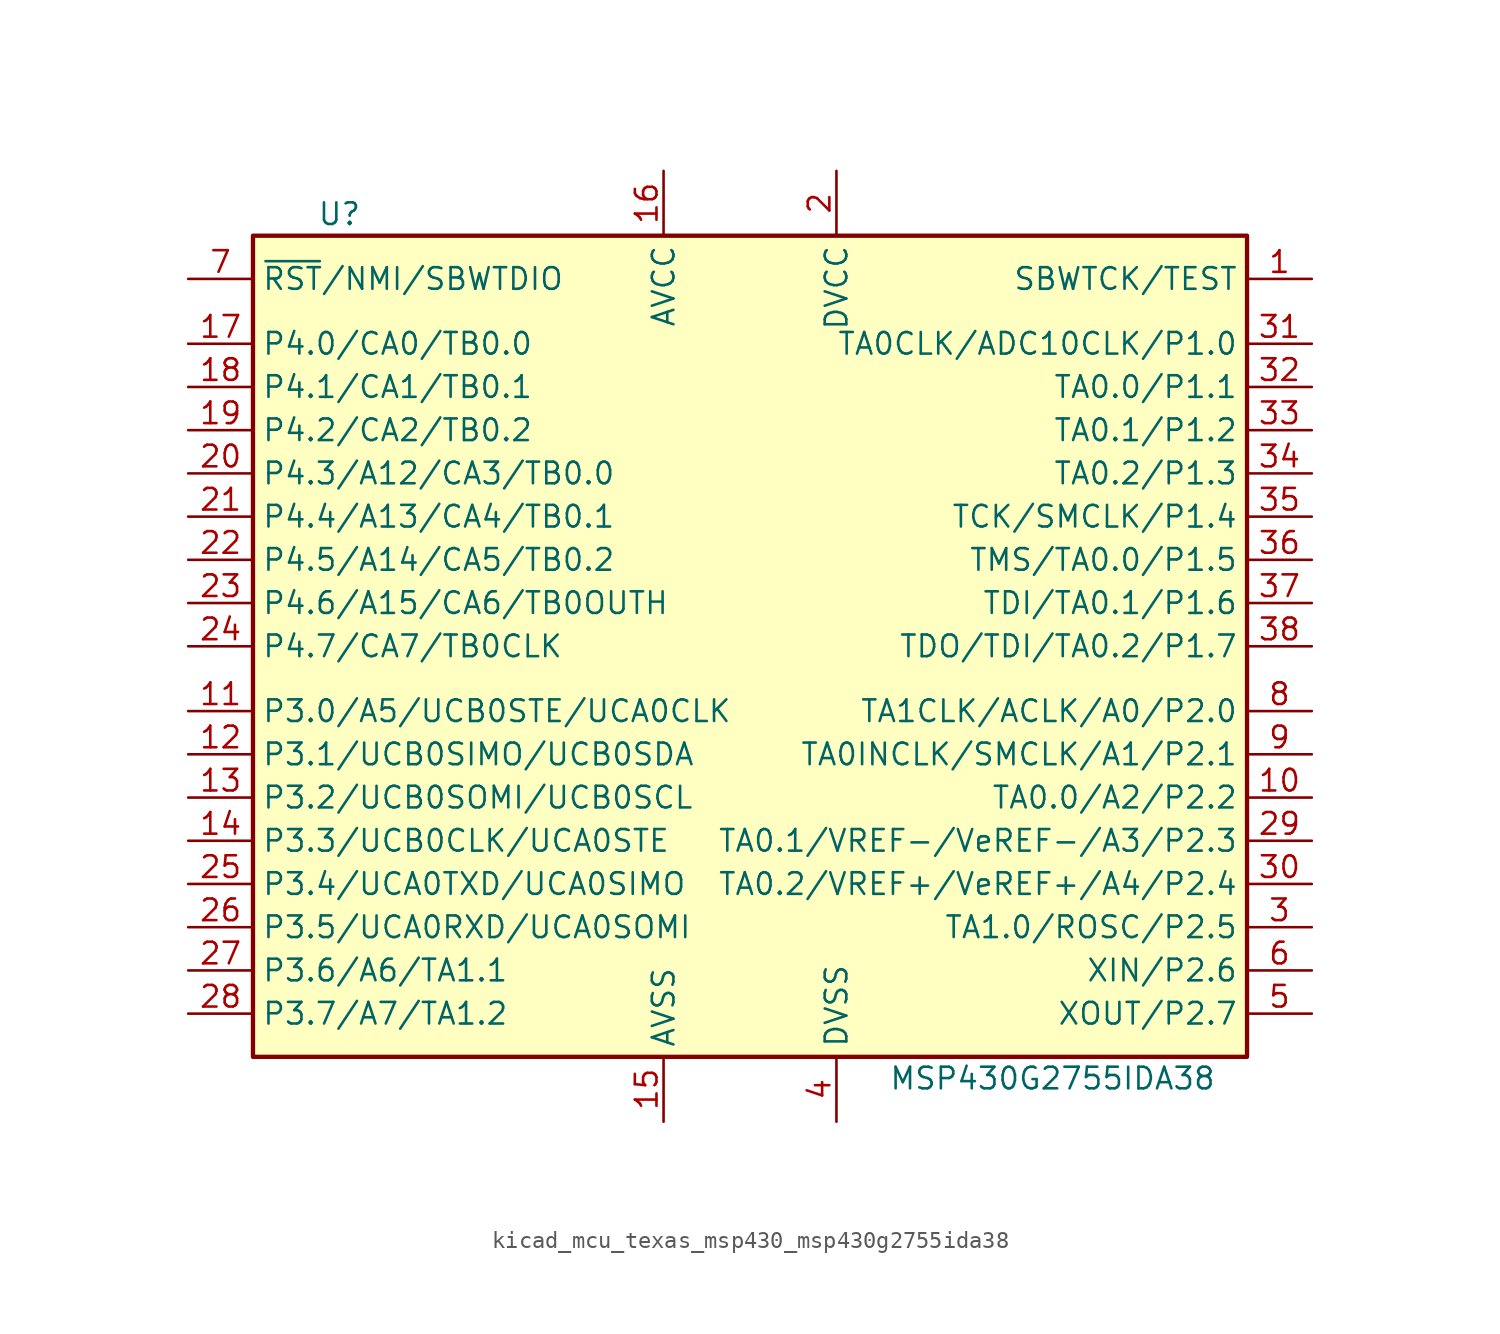
<source format=kicad_sym>
(kicad_symbol_lib
  (version 20220914)
  (generator kicad_symbol_editor)
  (symbol "kicad_mcu_texas_msp430_msp430g2755ida38"
    (property "Reference" "U"
      (at -24.13 25.4 0)
      (effects (font (size 1.27 1.27))))
    (property "Value" "MSP430G2755IDA38"
      (at 17.78 -25.4 0)
      (effects (font (size 1.27 1.27))))
    (symbol "kicad_mcu_texas_msp430_msp430g2755ida38_0_1"
      (rectangle (start -29.21 24.13) (end 29.21 -24.13) (stroke (width 0.254) (type default)) (fill (type background))))
    (symbol "kicad_mcu_texas_msp430_msp430g2755ida38_1_1"
      (pin input line (at 33.02 21.59 180) (length 3.81) (name "SBWTCK/TEST" (effects (font (size 1.27 1.27)))) (number "1" (effects (font (size 1.27 1.27)))))
      (pin bidirectional line (at 33.02 -8.89 180) (length 3.81) (name "TA0.0/A2/P2.2" (effects (font (size 1.27 1.27)))) (number "10" (effects (font (size 1.27 1.27)))))
      (pin bidirectional line (at -33.02 -3.81 0) (length 3.81) (name "P3.0/A5/UCB0STE/UCA0CLK" (effects (font (size 1.27 1.27)))) (number "11" (effects (font (size 1.27 1.27)))))
      (pin bidirectional line (at -33.02 -6.35 0) (length 3.81) (name "P3.1/UCB0SIMO/UCB0SDA" (effects (font (size 1.27 1.27)))) (number "12" (effects (font (size 1.27 1.27)))))
      (pin bidirectional line (at -33.02 -8.89 0) (length 3.81) (name "P3.2/UCB0SOMI/UCB0SCL" (effects (font (size 1.27 1.27)))) (number "13" (effects (font (size 1.27 1.27)))))
      (pin bidirectional line (at -33.02 -11.43 0) (length 3.81) (name "P3.3/UCB0CLK/UCA0STE" (effects (font (size 1.27 1.27)))) (number "14" (effects (font (size 1.27 1.27)))))
      (pin power_in line (at -5.08 -27.94 90) (length 3.81) (name "AVSS" (effects (font (size 1.27 1.27)))) (number "15" (effects (font (size 1.27 1.27)))))
      (pin power_in line (at -5.08 27.94 270) (length 3.81) (name "AVCC" (effects (font (size 1.27 1.27)))) (number "16" (effects (font (size 1.27 1.27)))))
      (pin bidirectional line (at -33.02 17.78 0) (length 3.81) (name "P4.0/CA0/TB0.0" (effects (font (size 1.27 1.27)))) (number "17" (effects (font (size 1.27 1.27)))))
      (pin bidirectional line (at -33.02 15.24 0) (length 3.81) (name "P4.1/CA1/TB0.1" (effects (font (size 1.27 1.27)))) (number "18" (effects (font (size 1.27 1.27)))))
      (pin bidirectional line (at -33.02 12.7 0) (length 3.81) (name "P4.2/CA2/TB0.2" (effects (font (size 1.27 1.27)))) (number "19" (effects (font (size 1.27 1.27)))))
      (pin power_in line (at 5.08 27.94 270) (length 3.81) (name "DVCC" (effects (font (size 1.27 1.27)))) (number "2" (effects (font (size 1.27 1.27)))))
      (pin bidirectional line (at -33.02 10.16 0) (length 3.81) (name "P4.3/A12/CA3/TB0.0" (effects (font (size 1.27 1.27)))) (number "20" (effects (font (size 1.27 1.27)))))
      (pin bidirectional line (at -33.02 7.62 0) (length 3.81) (name "P4.4/A13/CA4/TB0.1" (effects (font (size 1.27 1.27)))) (number "21" (effects (font (size 1.27 1.27)))))
      (pin bidirectional line (at -33.02 5.08 0) (length 3.81) (name "P4.5/A14/CA5/TB0.2" (effects (font (size 1.27 1.27)))) (number "22" (effects (font (size 1.27 1.27)))))
      (pin bidirectional line (at -33.02 2.54 0) (length 3.81) (name "P4.6/A15/CA6/TB0OUTH" (effects (font (size 1.27 1.27)))) (number "23" (effects (font (size 1.27 1.27)))))
      (pin bidirectional line (at -33.02 0 0) (length 3.81) (name "P4.7/CA7/TB0CLK" (effects (font (size 1.27 1.27)))) (number "24" (effects (font (size 1.27 1.27)))))
      (pin bidirectional line (at -33.02 -13.97 0) (length 3.81) (name "P3.4/UCA0TXD/UCA0SIMO" (effects (font (size 1.27 1.27)))) (number "25" (effects (font (size 1.27 1.27)))))
      (pin bidirectional line (at -33.02 -16.51 0) (length 3.81) (name "P3.5/UCA0RXD/UCA0SOMI" (effects (font (size 1.27 1.27)))) (number "26" (effects (font (size 1.27 1.27)))))
      (pin bidirectional line (at -33.02 -19.05 0) (length 3.81) (name "P3.6/A6/TA1.1" (effects (font (size 1.27 1.27)))) (number "27" (effects (font (size 1.27 1.27)))))
      (pin bidirectional line (at -33.02 -21.59 0) (length 3.81) (name "P3.7/A7/TA1.2" (effects (font (size 1.27 1.27)))) (number "28" (effects (font (size 1.27 1.27)))))
      (pin bidirectional line (at 33.02 -11.43 180) (length 3.81) (name "TA0.1/VREF-/VeREF-/A3/P2.3" (effects (font (size 1.27 1.27)))) (number "29" (effects (font (size 1.27 1.27)))))
      (pin bidirectional line (at 33.02 -16.51 180) (length 3.81) (name "TA1.0/ROSC/P2.5" (effects (font (size 1.27 1.27)))) (number "3" (effects (font (size 1.27 1.27)))))
      (pin bidirectional line (at 33.02 -13.97 180) (length 3.81) (name "TA0.2/VREF+/VeREF+/A4/P2.4" (effects (font (size 1.27 1.27)))) (number "30" (effects (font (size 1.27 1.27)))))
      (pin bidirectional line (at 33.02 17.78 180) (length 3.81) (name "TA0CLK/ADC10CLK/P1.0" (effects (font (size 1.27 1.27)))) (number "31" (effects (font (size 1.27 1.27)))))
      (pin bidirectional line (at 33.02 15.24 180) (length 3.81) (name "TA0.0/P1.1" (effects (font (size 1.27 1.27)))) (number "32" (effects (font (size 1.27 1.27)))))
      (pin bidirectional line (at 33.02 12.7 180) (length 3.81) (name "TA0.1/P1.2" (effects (font (size 1.27 1.27)))) (number "33" (effects (font (size 1.27 1.27)))))
      (pin bidirectional line (at 33.02 10.16 180) (length 3.81) (name "TA0.2/P1.3" (effects (font (size 1.27 1.27)))) (number "34" (effects (font (size 1.27 1.27)))))
      (pin bidirectional line (at 33.02 7.62 180) (length 3.81) (name "TCK/SMCLK/P1.4" (effects (font (size 1.27 1.27)))) (number "35" (effects (font (size 1.27 1.27)))))
      (pin bidirectional line (at 33.02 5.08 180) (length 3.81) (name "TMS/TA0.0/P1.5" (effects (font (size 1.27 1.27)))) (number "36" (effects (font (size 1.27 1.27)))))
      (pin bidirectional line (at 33.02 2.54 180) (length 3.81) (name "TDI/TA0.1/P1.6" (effects (font (size 1.27 1.27)))) (number "37" (effects (font (size 1.27 1.27)))))
      (pin bidirectional line (at 33.02 0 180) (length 3.81) (name "TDO/TDI/TA0.2/P1.7" (effects (font (size 1.27 1.27)))) (number "38" (effects (font (size 1.27 1.27)))))
      (pin power_in line (at 5.08 -27.94 90) (length 3.81) (name "DVSS" (effects (font (size 1.27 1.27)))) (number "4" (effects (font (size 1.27 1.27)))))
      (pin bidirectional line (at 33.02 -21.59 180) (length 3.81) (name "XOUT/P2.7" (effects (font (size 1.27 1.27)))) (number "5" (effects (font (size 1.27 1.27)))))
      (pin bidirectional line (at 33.02 -19.05 180) (length 3.81) (name "XIN/P2.6" (effects (font (size 1.27 1.27)))) (number "6" (effects (font (size 1.27 1.27)))))
      (pin input line (at -33.02 21.59 0) (length 3.81) (name "~{RST}/NMI/SBWTDIO" (effects (font (size 1.27 1.27)))) (number "7" (effects (font (size 1.27 1.27)))))
      (pin bidirectional line (at 33.02 -3.81 180) (length 3.81) (name "TA1CLK/ACLK/A0/P2.0" (effects (font (size 1.27 1.27)))) (number "8" (effects (font (size 1.27 1.27)))))
      (pin bidirectional line (at 33.02 -6.35 180) (length 3.81) (name "TA0INCLK/SMCLK/A1/P2.1" (effects (font (size 1.27 1.27)))) (number "9" (effects (font (size 1.27 1.27))))))))
</source>
